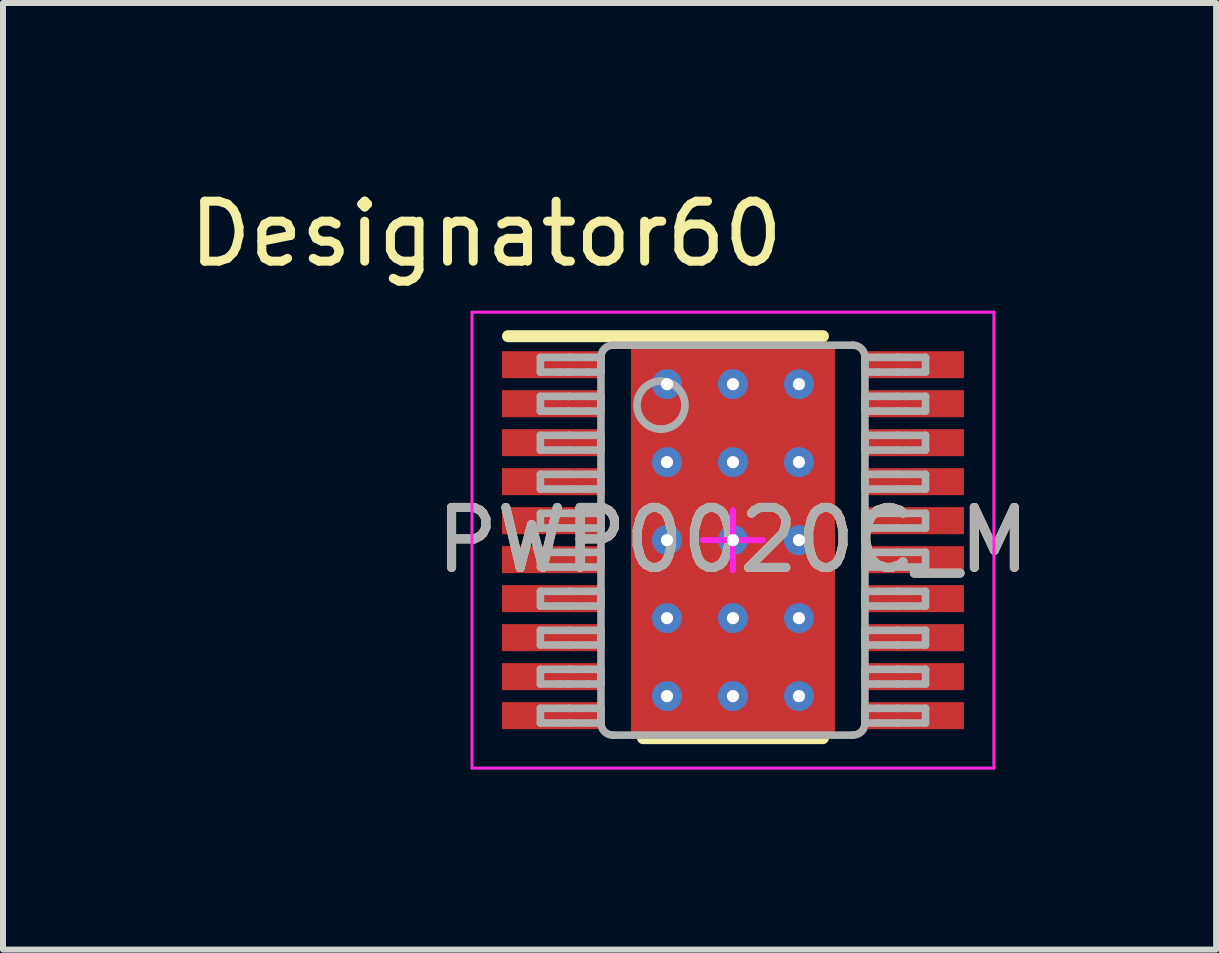
<source format=kicad_pcb>
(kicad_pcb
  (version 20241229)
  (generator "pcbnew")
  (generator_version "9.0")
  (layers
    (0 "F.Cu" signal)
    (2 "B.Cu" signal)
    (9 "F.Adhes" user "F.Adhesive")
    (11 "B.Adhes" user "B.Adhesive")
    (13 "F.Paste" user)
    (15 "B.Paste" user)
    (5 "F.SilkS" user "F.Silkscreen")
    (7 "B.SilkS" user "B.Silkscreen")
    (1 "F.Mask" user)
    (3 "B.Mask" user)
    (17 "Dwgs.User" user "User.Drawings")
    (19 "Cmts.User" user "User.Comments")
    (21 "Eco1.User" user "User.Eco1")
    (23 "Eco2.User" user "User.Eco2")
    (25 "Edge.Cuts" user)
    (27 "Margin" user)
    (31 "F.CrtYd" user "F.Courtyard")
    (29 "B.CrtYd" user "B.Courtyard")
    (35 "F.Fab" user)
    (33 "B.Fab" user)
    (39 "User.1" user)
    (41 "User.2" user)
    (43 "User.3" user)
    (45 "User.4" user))
  (footprint "PWP0020C_M"
    (layer "F.Cu")
    (at 9.168 5.954)
    (property "Reference" "PWP0020C_M" (at 0 0 0) (unlocked yes) (layer "F.SilkS") (effects (font (size 1 1) (thickness 0.15))))
    (attr smd)
    (fp_poly (pts (xy -1.2 1.642) (xy -1.2 -1.642) (xy -1.199 -1.651) (xy -1.196 -1.66) (xy -1.192 -1.669) (xy -1.186 -1.676) (xy -1.179 -1.682) (xy -1.17 -1.686) (xy -1.161 -1.689) (xy -1.152 -1.69) (xy 1.152 -1.69) (xy 1.161 -1.689) (xy 1.17 -1.686) (xy 1.179 -1.682) (xy 1.186 -1.676) (xy 1.192 -1.669) (xy 1.196 -1.66) (xy 1.199 -1.651) (xy 1.2 -1.642) (xy 1.2 1.642) (xy 1.199 1.651) (xy 1.196 1.66) (xy 1.192 1.669) (xy 1.186 1.676) (xy 1.179 1.682) (xy 1.17 1.686) (xy 1.161 1.689) (xy 1.152 1.69) (xy -1.152 1.69) (xy -1.161 1.689) (xy -1.17 1.686) (xy -1.179 1.682) (xy -1.186 1.676) (xy -1.192 1.669) (xy -1.196 1.66) (xy -1.199 1.651)) (stroke (width 0) (type solid)) (fill yes) (layer "F.Mask"))
    (fp_line (start -3.75 -3.4) (end 1.5 -3.4) (stroke (width 0.2) (type solid)) (layer "F.SilkS"))
    (fp_line (start -1.5 3.3) (end 1.5 3.3) (stroke (width 0.2) (type solid)) (layer "F.SilkS"))
    (fp_poly (pts (xy -1.2 1.642) (xy -1.2 -1.642) (xy -1.199 -1.651) (xy -1.196 -1.66) (xy -1.192 -1.669) (xy -1.186 -1.676) (xy -1.179 -1.682) (xy -1.17 -1.686) (xy -1.161 -1.689) (xy -1.152 -1.69) (xy 1.152 -1.69) (xy 1.161 -1.689) (xy 1.17 -1.686) (xy 1.179 -1.682) (xy 1.186 -1.676) (xy 1.192 -1.669) (xy 1.196 -1.66) (xy 1.199 -1.651) (xy 1.2 -1.642) (xy 1.2 1.642) (xy 1.199 1.651) (xy 1.196 1.66) (xy 1.192 1.669) (xy 1.186 1.676) (xy 1.179 1.682) (xy 1.17 1.686) (xy 1.161 1.689) (xy 1.152 1.69) (xy -1.152 1.69) (xy -1.161 1.689) (xy -1.17 1.686) (xy -1.179 1.682) (xy -1.186 1.676) (xy -1.192 1.669) (xy -1.196 1.66) (xy -1.199 1.651)) (stroke (width 0) (type solid)) (fill yes) (layer "F.Paste"))
    (fp_line (start -4.35 -3.8) (end 4.35 -3.8) (stroke (width 0.05) (type solid)) (layer "F.CrtYd"))
    (fp_line (start -4.35 3.8) (end -4.35 -3.8) (stroke (width 0.05) (type solid)) (layer "F.CrtYd"))
    (fp_line (start -4.35 3.8) (end 4.35 3.8) (stroke (width 0.05) (type solid)) (layer "F.CrtYd"))
    (fp_line (start -0.5 -0.000003) (end 0.5 -0.000003) (stroke (width 0.1) (type solid)) (layer "F.CrtYd"))
    (fp_line (start -0.000003 0.5) (end -0.000003 -0.5) (stroke (width 0.1) (type solid)) (layer "F.CrtYd"))
    (fp_line (start 4.35 3.8) (end 4.35 -3.8) (stroke (width 0.05) (type solid)) (layer "F.CrtYd"))
    (fp_line (start -3.21 -3.047) (end -2.887 -3.047) (stroke (width 0.127) (type solid)) (layer "F.Fab"))
    (fp_line (start -3.21 -2.802) (end -3.21 -3.047) (stroke (width 0.127) (type solid)) (layer "F.Fab"))
    (fp_line (start -3.21 -2.802) (end -2.887 -2.802) (stroke (width 0.127) (type solid)) (layer "F.Fab"))
    (fp_line (start -3.21 -2.397) (end -2.887 -2.397) (stroke (width 0.127) (type solid)) (layer "F.Fab"))
    (fp_line (start -3.21 -2.152) (end -3.21 -2.397) (stroke (width 0.127) (type solid)) (layer "F.Fab"))
    (fp_line (start -3.21 -2.152) (end -2.887 -2.152) (stroke (width 0.127) (type solid)) (layer "F.Fab"))
    (fp_line (start -3.21 -1.747) (end -2.887 -1.747) (stroke (width 0.127) (type solid)) (layer "F.Fab"))
    (fp_line (start -3.21 -1.502) (end -3.21 -1.747) (stroke (width 0.127) (type solid)) (layer "F.Fab"))
    (fp_line (start -3.21 -1.502) (end -2.887 -1.502) (stroke (width 0.127) (type solid)) (layer "F.Fab"))
    (fp_line (start -3.21 -1.097) (end -2.887 -1.097) (stroke (width 0.127) (type solid)) (layer "F.Fab"))
    (fp_line (start -3.21 -0.852) (end -3.21 -1.097) (stroke (width 0.127) (type solid)) (layer "F.Fab"))
    (fp_line (start -3.21 -0.852) (end -2.887 -0.852) (stroke (width 0.127) (type solid)) (layer "F.Fab"))
    (fp_line (start -3.21 -0.447) (end -2.887 -0.447) (stroke (width 0.127) (type solid)) (layer "F.Fab"))
    (fp_line (start -3.21 -0.202) (end -3.21 -0.447) (stroke (width 0.127) (type solid)) (layer "F.Fab"))
    (fp_line (start -3.21 -0.202) (end -2.887 -0.202) (stroke (width 0.127) (type solid)) (layer "F.Fab"))
    (fp_line (start -3.21 0.203) (end -2.887 0.203) (stroke (width 0.127) (type solid)) (layer "F.Fab"))
    (fp_line (start -3.21 0.448) (end -3.21 0.203) (stroke (width 0.127) (type solid)) (layer "F.Fab"))
    (fp_line (start -3.21 0.448) (end -2.887 0.448) (stroke (width 0.127) (type solid)) (layer "F.Fab"))
    (fp_line (start -3.21 0.853) (end -2.887 0.853) (stroke (width 0.127) (type solid)) (layer "F.Fab"))
    (fp_line (start -3.21 1.098) (end -3.21 0.853) (stroke (width 0.127) (type solid)) (layer "F.Fab"))
    (fp_line (start -3.21 1.098) (end -2.887 1.098) (stroke (width 0.127) (type solid)) (layer "F.Fab"))
    (fp_line (start -3.21 1.503) (end -2.887 1.503) (stroke (width 0.127) (type solid)) (layer "F.Fab"))
    (fp_line (start -3.21 1.748) (end -3.21 1.503) (stroke (width 0.127) (type solid)) (layer "F.Fab"))
    (fp_line (start -3.21 1.748) (end -2.887 1.748) (stroke (width 0.127) (type solid)) (layer "F.Fab"))
    (fp_line (start -3.21 2.153) (end -2.887 2.153) (stroke (width 0.127) (type solid)) (layer "F.Fab"))
    (fp_line (start -3.21 2.398) (end -3.21 2.153) (stroke (width 0.127) (type solid)) (layer "F.Fab"))
    (fp_line (start -3.21 2.398) (end -2.887 2.398) (stroke (width 0.127) (type solid)) (layer "F.Fab"))
    (fp_line (start -3.21 2.803) (end -2.887 2.803) (stroke (width 0.127) (type solid)) (layer "F.Fab"))
    (fp_line (start -3.21 3.048) (end -3.21 2.803) (stroke (width 0.127) (type solid)) (layer "F.Fab"))
    (fp_line (start -3.21 3.048) (end -2.887 3.048) (stroke (width 0.127) (type solid)) (layer "F.Fab"))
    (fp_line (start -2.887 -3.047) (end -2.739 -3.047) (stroke (width 0.127) (type solid)) (layer "F.Fab"))
    (fp_line (start -2.887 -2.802) (end -2.739 -2.802) (stroke (width 0.127) (type solid)) (layer "F.Fab"))
    (fp_line (start -2.887 -2.397) (end -2.739 -2.397) (stroke (width 0.127) (type solid)) (layer "F.Fab"))
    (fp_line (start -2.887 -2.152) (end -2.739 -2.152) (stroke (width 0.127) (type solid)) (layer "F.Fab"))
    (fp_line (start -2.887 -1.747) (end -2.739 -1.747) (stroke (width 0.127) (type solid)) (layer "F.Fab"))
    (fp_line (start -2.887 -1.502) (end -2.739 -1.502) (stroke (width 0.127) (type solid)) (layer "F.Fab"))
    (fp_line (start -2.887 -1.097) (end -2.739 -1.097) (stroke (width 0.127) (type solid)) (layer "F.Fab"))
    (fp_line (start -2.887 -0.852) (end -2.739 -0.852) (stroke (width 0.127) (type solid)) (layer "F.Fab"))
    (fp_line (start -2.887 -0.447) (end -2.739 -0.447) (stroke (width 0.127) (type solid)) (layer "F.Fab"))
    (fp_line (start -2.887 -0.202) (end -2.739 -0.202) (stroke (width 0.127) (type solid)) (layer "F.Fab"))
    (fp_line (start -2.887 0.203) (end -2.739 0.203) (stroke (width 0.127) (type solid)) (layer "F.Fab"))
    (fp_line (start -2.887 0.448) (end -2.739 0.448) (stroke (width 0.127) (type solid)) (layer "F.Fab"))
    (fp_line (start -2.887 0.853) (end -2.739 0.853) (stroke (width 0.127) (type solid)) (layer "F.Fab"))
    (fp_line (start -2.887 1.098) (end -2.739 1.098) (stroke (width 0.127) (type solid)) (layer "F.Fab"))
    (fp_line (start -2.887 1.503) (end -2.739 1.503) (stroke (width 0.127) (type solid)) (layer "F.Fab"))
    (fp_line (start -2.887 1.748) (end -2.739 1.748) (stroke (width 0.127) (type solid)) (layer "F.Fab"))
    (fp_line (start -2.887 2.153) (end -2.739 2.153) (stroke (width 0.127) (type solid)) (layer "F.Fab"))
    (fp_line (start -2.887 2.398) (end -2.739 2.398) (stroke (width 0.127) (type solid)) (layer "F.Fab"))
    (fp_line (start -2.887 2.803) (end -2.739 2.803) (stroke (width 0.127) (type solid)) (layer "F.Fab"))
    (fp_line (start -2.887 3.048) (end -2.739 3.048) (stroke (width 0.127) (type solid)) (layer "F.Fab"))
    (fp_line (start -2.739 -3.047) (end -2.733 -3.047) (stroke (width 0.127) (type solid)) (layer "F.Fab"))
    (fp_line (start -2.739 -2.802) (end -2.733 -2.802) (stroke (width 0.127) (type solid)) (layer "F.Fab"))
    (fp_line (start -2.739 -2.397) (end -2.733 -2.397) (stroke (width 0.127) (type solid)) (layer "F.Fab"))
    (fp_line (start -2.739 -2.152) (end -2.733 -2.152) (stroke (width 0.127) (type solid)) (layer "F.Fab"))
    (fp_line (start -2.739 -1.747) (end -2.733 -1.747) (stroke (width 0.127) (type solid)) (layer "F.Fab"))
    (fp_line (start -2.739 -1.502) (end -2.733 -1.502) (stroke (width 0.127) (type solid)) (layer "F.Fab"))
    (fp_line (start -2.739 -1.097) (end -2.733 -1.097) (stroke (width 0.127) (type solid)) (layer "F.Fab"))
    (fp_line (start -2.739 -0.852) (end -2.733 -0.852) (stroke (width 0.127) (type solid)) (layer "F.Fab"))
    (fp_line (start -2.739 -0.447) (end -2.733 -0.447) (stroke (width 0.127) (type solid)) (layer "F.Fab"))
    (fp_line (start -2.739 -0.202) (end -2.733 -0.202) (stroke (width 0.127) (type solid)) (layer "F.Fab"))
    (fp_line (start -2.739 0.203) (end -2.733 0.203) (stroke (width 0.127) (type solid)) (layer "F.Fab"))
    (fp_line (start -2.739 0.448) (end -2.733 0.448) (stroke (width 0.127) (type solid)) (layer "F.Fab"))
    (fp_line (start -2.739 0.853) (end -2.733 0.853) (stroke (width 0.127) (type solid)) (layer "F.Fab"))
    (fp_line (start -2.739 1.098) (end -2.733 1.098) (stroke (width 0.127) (type solid)) (layer "F.Fab"))
    (fp_line (start -2.739 1.503) (end -2.733 1.503) (stroke (width 0.127) (type solid)) (layer "F.Fab"))
    (fp_line (start -2.739 1.748) (end -2.733 1.748) (stroke (width 0.127) (type solid)) (layer "F.Fab"))
    (fp_line (start -2.739 2.153) (end -2.733 2.153) (stroke (width 0.127) (type solid)) (layer "F.Fab"))
    (fp_line (start -2.739 2.398) (end -2.733 2.398) (stroke (width 0.127) (type solid)) (layer "F.Fab"))
    (fp_line (start -2.739 2.803) (end -2.733 2.803) (stroke (width 0.127) (type solid)) (layer "F.Fab"))
    (fp_line (start -2.739 3.048) (end -2.733 3.048) (stroke (width 0.127) (type solid)) (layer "F.Fab"))
    (fp_line (start -2.733 -3.047) (end -2.431 -3.047) (stroke (width 0.127) (type solid)) (layer "F.Fab"))
    (fp_line (start -2.733 -2.802) (end -2.431 -2.802) (stroke (width 0.127) (type solid)) (layer "F.Fab"))
    (fp_line (start -2.733 -2.397) (end -2.431 -2.397) (stroke (width 0.127) (type solid)) (layer "F.Fab"))
    (fp_line (start -2.733 -2.152) (end -2.431 -2.152) (stroke (width 0.127) (type solid)) (layer "F.Fab"))
    (fp_line (start -2.733 -1.747) (end -2.431 -1.747) (stroke (width 0.127) (type solid)) (layer "F.Fab"))
    (fp_line (start -2.733 -1.502) (end -2.431 -1.502) (stroke (width 0.127) (type solid)) (layer "F.Fab"))
    (fp_line (start -2.733 -1.097) (end -2.431 -1.097) (stroke (width 0.127) (type solid)) (layer "F.Fab"))
    (fp_line (start -2.733 -0.852) (end -2.431 -0.852) (stroke (width 0.127) (type solid)) (layer "F.Fab"))
    (fp_line (start -2.733 -0.447) (end -2.431 -0.447) (stroke (width 0.127) (type solid)) (layer "F.Fab"))
    (fp_line (start -2.733 -0.202) (end -2.431 -0.202) (stroke (width 0.127) (type solid)) (layer "F.Fab"))
    (fp_line (start -2.733 0.203) (end -2.431 0.203) (stroke (width 0.127) (type solid)) (layer "F.Fab"))
    (fp_line (start -2.733 0.448) (end -2.431 0.448) (stroke (width 0.127) (type solid)) (layer "F.Fab"))
    (fp_line (start -2.733 0.853) (end -2.431 0.853) (stroke (width 0.127) (type solid)) (layer "F.Fab"))
    (fp_line (start -2.733 1.098) (end -2.431 1.098) (stroke (width 0.127) (type solid)) (layer "F.Fab"))
    (fp_line (start -2.733 1.503) (end -2.431 1.503) (stroke (width 0.127) (type solid)) (layer "F.Fab"))
    (fp_line (start -2.733 1.748) (end -2.431 1.748) (stroke (width 0.127) (type solid)) (layer "F.Fab"))
    (fp_line (start -2.733 2.153) (end -2.431 2.153) (stroke (width 0.127) (type solid)) (layer "F.Fab"))
    (fp_line (start -2.733 2.398) (end -2.431 2.398) (stroke (width 0.127) (type solid)) (layer "F.Fab"))
    (fp_line (start -2.733 2.803) (end -2.431 2.803) (stroke (width 0.127) (type solid)) (layer "F.Fab"))
    (fp_line (start -2.733 3.048) (end -2.431 3.048) (stroke (width 0.127) (type solid)) (layer "F.Fab"))
    (fp_line (start -2.431 -3.047) (end -2.2 -3.047) (stroke (width 0.127) (type solid)) (layer "F.Fab"))
    (fp_line (start -2.431 -2.802) (end -2.2 -2.802) (stroke (width 0.127) (type solid)) (layer "F.Fab"))
    (fp_line (start -2.431 -2.397) (end -2.2 -2.397) (stroke (width 0.127) (type solid)) (layer "F.Fab"))
    (fp_line (start -2.431 -2.152) (end -2.2 -2.152) (stroke (width 0.127) (type solid)) (layer "F.Fab"))
    (fp_line (start -2.431 -1.747) (end -2.2 -1.747) (stroke (width 0.127) (type solid)) (layer "F.Fab"))
    (fp_line (start -2.431 -1.502) (end -2.2 -1.502) (stroke (width 0.127) (type solid)) (layer "F.Fab"))
    (fp_line (start -2.431 -1.097) (end -2.2 -1.097) (stroke (width 0.127) (type solid)) (layer "F.Fab"))
    (fp_line (start -2.431 -0.852) (end -2.2 -0.852) (stroke (width 0.127) (type solid)) (layer "F.Fab"))
    (fp_line (start -2.431 -0.447) (end -2.2 -0.447) (stroke (width 0.127) (type solid)) (layer "F.Fab"))
    (fp_line (start -2.431 -0.202) (end -2.2 -0.202) (stroke (width 0.127) (type solid)) (layer "F.Fab"))
    (fp_line (start -2.431 0.203) (end -2.2 0.203) (stroke (width 0.127) (type solid)) (layer "F.Fab"))
    (fp_line (start -2.431 0.448) (end -2.2 0.448) (stroke (width 0.127) (type solid)) (layer "F.Fab"))
    (fp_line (start -2.431 0.853) (end -2.2 0.853) (stroke (width 0.127) (type solid)) (layer "F.Fab"))
    (fp_line (start -2.431 1.098) (end -2.2 1.098) (stroke (width 0.127) (type solid)) (layer "F.Fab"))
    (fp_line (start -2.431 1.503) (end -2.2 1.503) (stroke (width 0.127) (type solid)) (layer "F.Fab"))
    (fp_line (start -2.431 1.748) (end -2.2 1.748) (stroke (width 0.127) (type solid)) (layer "F.Fab"))
    (fp_line (start -2.431 2.153) (end -2.2 2.153) (stroke (width 0.127) (type solid)) (layer "F.Fab"))
    (fp_line (start -2.431 2.398) (end -2.2 2.398) (stroke (width 0.127) (type solid)) (layer "F.Fab"))
    (fp_line (start -2.431 2.803) (end -2.2 2.803) (stroke (width 0.127) (type solid)) (layer "F.Fab"))
    (fp_line (start -2.431 3.048) (end -2.2 3.048) (stroke (width 0.127) (type solid)) (layer "F.Fab"))
    (fp_line (start -2.2 -2.802) (end -2.2 -3.047) (stroke (width 0.127) (type solid)) (layer "F.Fab"))
    (fp_line (start -2.2 -2.152) (end -2.2 -2.397) (stroke (width 0.127) (type solid)) (layer "F.Fab"))
    (fp_line (start -2.2 -1.502) (end -2.2 -1.747) (stroke (width 0.127) (type solid)) (layer "F.Fab"))
    (fp_line (start -2.2 -0.852) (end -2.2 -1.097) (stroke (width 0.127) (type solid)) (layer "F.Fab"))
    (fp_line (start -2.2 -0.202) (end -2.2 -0.447) (stroke (width 0.127) (type solid)) (layer "F.Fab"))
    (fp_line (start -2.2 0.448) (end -2.2 0.203) (stroke (width 0.127) (type solid)) (layer "F.Fab"))
    (fp_line (start -2.2 1.098) (end -2.2 0.853) (stroke (width 0.127) (type solid)) (layer "F.Fab"))
    (fp_line (start -2.2 1.748) (end -2.2 1.503) (stroke (width 0.127) (type solid)) (layer "F.Fab"))
    (fp_line (start -2.2 2.398) (end -2.2 2.153) (stroke (width 0.127) (type solid)) (layer "F.Fab"))
    (fp_line (start -2.2 3.048) (end -2.2 2.803) (stroke (width 0.127) (type solid)) (layer "F.Fab"))
    (fp_line (start -2.2 3.05) (end -2.2 -3.05) (stroke (width 0.127) (type solid)) (layer "F.Fab"))
    (fp_line (start -2 -3.25) (end 2 -3.25) (stroke (width 0.127) (type solid)) (layer "F.Fab"))
    (fp_line (start -2 3.25) (end 2 3.25) (stroke (width 0.127) (type solid)) (layer "F.Fab"))
    (fp_line (start 2.2 -3.047) (end 2.43 -3.047) (stroke (width 0.127) (type solid)) (layer "F.Fab"))
    (fp_line (start 2.2 -2.802) (end 2.2 -3.047) (stroke (width 0.127) (type solid)) (layer "F.Fab"))
    (fp_line (start 2.2 -2.802) (end 2.43 -2.802) (stroke (width 0.127) (type solid)) (layer "F.Fab"))
    (fp_line (start 2.2 -2.397) (end 2.43 -2.397) (stroke (width 0.127) (type solid)) (layer "F.Fab"))
    (fp_line (start 2.2 -2.152) (end 2.2 -2.397) (stroke (width 0.127) (type solid)) (layer "F.Fab"))
    (fp_line (start 2.2 -2.152) (end 2.43 -2.152) (stroke (width 0.127) (type solid)) (layer "F.Fab"))
    (fp_line (start 2.2 -1.747) (end 2.43 -1.747) (stroke (width 0.127) (type solid)) (layer "F.Fab"))
    (fp_line (start 2.2 -1.502) (end 2.2 -1.747) (stroke (width 0.127) (type solid)) (layer "F.Fab"))
    (fp_line (start 2.2 -1.502) (end 2.43 -1.502) (stroke (width 0.127) (type solid)) (layer "F.Fab"))
    (fp_line (start 2.2 -1.097) (end 2.43 -1.097) (stroke (width 0.127) (type solid)) (layer "F.Fab"))
    (fp_line (start 2.2 -0.852) (end 2.2 -1.097) (stroke (width 0.127) (type solid)) (layer "F.Fab"))
    (fp_line (start 2.2 -0.852) (end 2.43 -0.852) (stroke (width 0.127) (type solid)) (layer "F.Fab"))
    (fp_line (start 2.2 -0.447) (end 2.43 -0.447) (stroke (width 0.127) (type solid)) (layer "F.Fab"))
    (fp_line (start 2.2 -0.202) (end 2.2 -0.447) (stroke (width 0.127) (type solid)) (layer "F.Fab"))
    (fp_line (start 2.2 -0.202) (end 2.43 -0.202) (stroke (width 0.127) (type solid)) (layer "F.Fab"))
    (fp_line (start 2.2 0.203) (end 2.43 0.203) (stroke (width 0.127) (type solid)) (layer "F.Fab"))
    (fp_line (start 2.2 0.448) (end 2.2 0.203) (stroke (width 0.127) (type solid)) (layer "F.Fab"))
    (fp_line (start 2.2 0.448) (end 2.43 0.448) (stroke (width 0.127) (type solid)) (layer "F.Fab"))
    (fp_line (start 2.2 0.853) (end 2.43 0.853) (stroke (width 0.127) (type solid)) (layer "F.Fab"))
    (fp_line (start 2.2 1.098) (end 2.2 0.853) (stroke (width 0.127) (type solid)) (layer "F.Fab"))
    (fp_line (start 2.2 1.098) (end 2.43 1.098) (stroke (width 0.127) (type solid)) (layer "F.Fab"))
    (fp_line (start 2.2 1.503) (end 2.43 1.503) (stroke (width 0.127) (type solid)) (layer "F.Fab"))
    (fp_line (start 2.2 1.748) (end 2.2 1.503) (stroke (width 0.127) (type solid)) (layer "F.Fab"))
    (fp_line (start 2.2 1.748) (end 2.43 1.748) (stroke (width 0.127) (type solid)) (layer "F.Fab"))
    (fp_line (start 2.2 2.153) (end 2.43 2.153) (stroke (width 0.127) (type solid)) (layer "F.Fab"))
    (fp_line (start 2.2 2.398) (end 2.2 2.153) (stroke (width 0.127) (type solid)) (layer "F.Fab"))
    (fp_line (start 2.2 2.398) (end 2.43 2.398) (stroke (width 0.127) (type solid)) (layer "F.Fab"))
    (fp_line (start 2.2 2.803) (end 2.43 2.803) (stroke (width 0.127) (type solid)) (layer "F.Fab"))
    (fp_line (start 2.2 3.048) (end 2.2 2.803) (stroke (width 0.127) (type solid)) (layer "F.Fab"))
    (fp_line (start 2.2 3.048) (end 2.43 3.048) (stroke (width 0.127) (type solid)) (layer "F.Fab"))
    (fp_line (start 2.2 3.05) (end 2.2 -3.05) (stroke (width 0.127) (type solid)) (layer "F.Fab"))
    (fp_line (start 2.43 -3.047) (end 2.733 -3.047) (stroke (width 0.127) (type solid)) (layer "F.Fab"))
    (fp_line (start 2.43 -2.802) (end 2.733 -2.802) (stroke (width 0.127) (type solid)) (layer "F.Fab"))
    (fp_line (start 2.43 -2.397) (end 2.733 -2.397) (stroke (width 0.127) (type solid)) (layer "F.Fab"))
    (fp_line (start 2.43 -2.152) (end 2.733 -2.152) (stroke (width 0.127) (type solid)) (layer "F.Fab"))
    (fp_line (start 2.43 -1.747) (end 2.733 -1.747) (stroke (width 0.127) (type solid)) (layer "F.Fab"))
    (fp_line (start 2.43 -1.502) (end 2.733 -1.502) (stroke (width 0.127) (type solid)) (layer "F.Fab"))
    (fp_line (start 2.43 -1.097) (end 2.733 -1.097) (stroke (width 0.127) (type solid)) (layer "F.Fab"))
    (fp_line (start 2.43 -0.852) (end 2.733 -0.852) (stroke (width 0.127) (type solid)) (layer "F.Fab"))
    (fp_line (start 2.43 -0.447) (end 2.733 -0.447) (stroke (width 0.127) (type solid)) (layer "F.Fab"))
    (fp_line (start 2.43 -0.202) (end 2.733 -0.202) (stroke (width 0.127) (type solid)) (layer "F.Fab"))
    (fp_line (start 2.43 0.203) (end 2.733 0.203) (stroke (width 0.127) (type solid)) (layer "F.Fab"))
    (fp_line (start 2.43 0.448) (end 2.733 0.448) (stroke (width 0.127) (type solid)) (layer "F.Fab"))
    (fp_line (start 2.43 0.853) (end 2.733 0.853) (stroke (width 0.127) (type solid)) (layer "F.Fab"))
    (fp_line (start 2.43 1.098) (end 2.733 1.098) (stroke (width 0.127) (type solid)) (layer "F.Fab"))
    (fp_line (start 2.43 1.503) (end 2.733 1.503) (stroke (width 0.127) (type solid)) (layer "F.Fab"))
    (fp_line (start 2.43 1.748) (end 2.733 1.748) (stroke (width 0.127) (type solid)) (layer "F.Fab"))
    (fp_line (start 2.43 2.153) (end 2.733 2.153) (stroke (width 0.127) (type solid)) (layer "F.Fab"))
    (fp_line (start 2.43 2.398) (end 2.733 2.398) (stroke (width 0.127) (type solid)) (layer "F.Fab"))
    (fp_line (start 2.43 2.803) (end 2.733 2.803) (stroke (width 0.127) (type solid)) (layer "F.Fab"))
    (fp_line (start 2.43 3.048) (end 2.733 3.048) (stroke (width 0.127) (type solid)) (layer "F.Fab"))
    (fp_line (start 2.733 -3.047) (end 2.739 -3.047) (stroke (width 0.127) (type solid)) (layer "F.Fab"))
    (fp_line (start 2.733 -2.802) (end 2.739 -2.802) (stroke (width 0.127) (type solid)) (layer "F.Fab"))
    (fp_line (start 2.733 -2.397) (end 2.739 -2.397) (stroke (width 0.127) (type solid)) (layer "F.Fab"))
    (fp_line (start 2.733 -2.152) (end 2.739 -2.152) (stroke (width 0.127) (type solid)) (layer "F.Fab"))
    (fp_line (start 2.733 -1.747) (end 2.739 -1.747) (stroke (width 0.127) (type solid)) (layer "F.Fab"))
    (fp_line (start 2.733 -1.502) (end 2.739 -1.502) (stroke (width 0.127) (type solid)) (layer "F.Fab"))
    (fp_line (start 2.733 -1.097) (end 2.739 -1.097) (stroke (width 0.127) (type solid)) (layer "F.Fab"))
    (fp_line (start 2.733 -0.852) (end 2.739 -0.852) (stroke (width 0.127) (type solid)) (layer "F.Fab"))
    (fp_line (start 2.733 -0.447) (end 2.739 -0.447) (stroke (width 0.127) (type solid)) (layer "F.Fab"))
    (fp_line (start 2.733 -0.202) (end 2.739 -0.202) (stroke (width 0.127) (type solid)) (layer "F.Fab"))
    (fp_line (start 2.733 0.203) (end 2.739 0.203) (stroke (width 0.127) (type solid)) (layer "F.Fab"))
    (fp_line (start 2.733 0.448) (end 2.739 0.448) (stroke (width 0.127) (type solid)) (layer "F.Fab"))
    (fp_line (start 2.733 0.853) (end 2.739 0.853) (stroke (width 0.127) (type solid)) (layer "F.Fab"))
    (fp_line (start 2.733 1.098) (end 2.739 1.098) (stroke (width 0.127) (type solid)) (layer "F.Fab"))
    (fp_line (start 2.733 1.503) (end 2.739 1.503) (stroke (width 0.127) (type solid)) (layer "F.Fab"))
    (fp_line (start 2.733 1.748) (end 2.739 1.748) (stroke (width 0.127) (type solid)) (layer "F.Fab"))
    (fp_line (start 2.733 2.153) (end 2.739 2.153) (stroke (width 0.127) (type solid)) (layer "F.Fab"))
    (fp_line (start 2.733 2.398) (end 2.739 2.398) (stroke (width 0.127) (type solid)) (layer "F.Fab"))
    (fp_line (start 2.733 2.803) (end 2.739 2.803) (stroke (width 0.127) (type solid)) (layer "F.Fab"))
    (fp_line (start 2.733 3.048) (end 2.739 3.048) (stroke (width 0.127) (type solid)) (layer "F.Fab"))
    (fp_line (start 2.739 -3.047) (end 2.887 -3.047) (stroke (width 0.127) (type solid)) (layer "F.Fab"))
    (fp_line (start 2.739 -2.802) (end 2.887 -2.802) (stroke (width 0.127) (type solid)) (layer "F.Fab"))
    (fp_line (start 2.739 -2.397) (end 2.887 -2.397) (stroke (width 0.127) (type solid)) (layer "F.Fab"))
    (fp_line (start 2.739 -2.152) (end 2.887 -2.152) (stroke (width 0.127) (type solid)) (layer "F.Fab"))
    (fp_line (start 2.739 -1.747) (end 2.887 -1.747) (stroke (width 0.127) (type solid)) (layer "F.Fab"))
    (fp_line (start 2.739 -1.502) (end 2.887 -1.502) (stroke (width 0.127) (type solid)) (layer "F.Fab"))
    (fp_line (start 2.739 -1.097) (end 2.887 -1.097) (stroke (width 0.127) (type solid)) (layer "F.Fab"))
    (fp_line (start 2.739 -0.852) (end 2.887 -0.852) (stroke (width 0.127) (type solid)) (layer "F.Fab"))
    (fp_line (start 2.739 -0.447) (end 2.887 -0.447) (stroke (width 0.127) (type solid)) (layer "F.Fab"))
    (fp_line (start 2.739 -0.202) (end 2.887 -0.202) (stroke (width 0.127) (type solid)) (layer "F.Fab"))
    (fp_line (start 2.739 0.203) (end 2.887 0.203) (stroke (width 0.127) (type solid)) (layer "F.Fab"))
    (fp_line (start 2.739 0.448) (end 2.887 0.448) (stroke (width 0.127) (type solid)) (layer "F.Fab"))
    (fp_line (start 2.739 0.853) (end 2.887 0.853) (stroke (width 0.127) (type solid)) (layer "F.Fab"))
    (fp_line (start 2.739 1.098) (end 2.887 1.098) (stroke (width 0.127) (type solid)) (layer "F.Fab"))
    (fp_line (start 2.739 1.503) (end 2.887 1.503) (stroke (width 0.127) (type solid)) (layer "F.Fab"))
    (fp_line (start 2.739 1.748) (end 2.887 1.748) (stroke (width 0.127) (type solid)) (layer "F.Fab"))
    (fp_line (start 2.739 2.153) (end 2.887 2.153) (stroke (width 0.127) (type solid)) (layer "F.Fab"))
    (fp_line (start 2.739 2.398) (end 2.887 2.398) (stroke (width 0.127) (type solid)) (layer "F.Fab"))
    (fp_line (start 2.739 2.803) (end 2.887 2.803) (stroke (width 0.127) (type solid)) (layer "F.Fab"))
    (fp_line (start 2.739 3.048) (end 2.887 3.048) (stroke (width 0.127) (type solid)) (layer "F.Fab"))
    (fp_line (start 2.887 -3.047) (end 3.21 -3.047) (stroke (width 0.127) (type solid)) (layer "F.Fab"))
    (fp_line (start 2.887 -2.802) (end 3.21 -2.802) (stroke (width 0.127) (type solid)) (layer "F.Fab"))
    (fp_line (start 2.887 -2.397) (end 3.21 -2.397) (stroke (width 0.127) (type solid)) (layer "F.Fab"))
    (fp_line (start 2.887 -2.152) (end 3.21 -2.152) (stroke (width 0.127) (type solid)) (layer "F.Fab"))
    (fp_line (start 2.887 -1.747) (end 3.21 -1.747) (stroke (width 0.127) (type solid)) (layer "F.Fab"))
    (fp_line (start 2.887 -1.502) (end 3.21 -1.502) (stroke (width 0.127) (type solid)) (layer "F.Fab"))
    (fp_line (start 2.887 -1.097) (end 3.21 -1.097) (stroke (width 0.127) (type solid)) (layer "F.Fab"))
    (fp_line (start 2.887 -0.852) (end 3.21 -0.852) (stroke (width 0.127) (type solid)) (layer "F.Fab"))
    (fp_line (start 2.887 -0.447) (end 3.21 -0.447) (stroke (width 0.127) (type solid)) (layer "F.Fab"))
    (fp_line (start 2.887 -0.202) (end 3.21 -0.202) (stroke (width 0.127) (type solid)) (layer "F.Fab"))
    (fp_line (start 2.887 0.203) (end 3.21 0.203) (stroke (width 0.127) (type solid)) (layer "F.Fab"))
    (fp_line (start 2.887 0.448) (end 3.21 0.448) (stroke (width 0.127) (type solid)) (layer "F.Fab"))
    (fp_line (start 2.887 0.853) (end 3.21 0.853) (stroke (width 0.127) (type solid)) (layer "F.Fab"))
    (fp_line (start 2.887 1.098) (end 3.21 1.098) (stroke (width 0.127) (type solid)) (layer "F.Fab"))
    (fp_line (start 2.887 1.503) (end 3.21 1.503) (stroke (width 0.127) (type solid)) (layer "F.Fab"))
    (fp_line (start 2.887 1.748) (end 3.21 1.748) (stroke (width 0.127) (type solid)) (layer "F.Fab"))
    (fp_line (start 2.887 2.153) (end 3.21 2.153) (stroke (width 0.127) (type solid)) (layer "F.Fab"))
    (fp_line (start 2.887 2.398) (end 3.21 2.398) (stroke (width 0.127) (type solid)) (layer "F.Fab"))
    (fp_line (start 2.887 2.803) (end 3.21 2.803) (stroke (width 0.127) (type solid)) (layer "F.Fab"))
    (fp_line (start 2.887 3.048) (end 3.21 3.048) (stroke (width 0.127) (type solid)) (layer "F.Fab"))
    (fp_line (start 3.21 -2.802) (end 3.21 -3.047) (stroke (width 0.127) (type solid)) (layer "F.Fab"))
    (fp_line (start 3.21 -2.152) (end 3.21 -2.397) (stroke (width 0.127) (type solid)) (layer "F.Fab"))
    (fp_line (start 3.21 -1.502) (end 3.21 -1.747) (stroke (width 0.127) (type solid)) (layer "F.Fab"))
    (fp_line (start 3.21 -0.852) (end 3.21 -1.097) (stroke (width 0.127) (type solid)) (layer "F.Fab"))
    (fp_line (start 3.21 -0.202) (end 3.21 -0.447) (stroke (width 0.127) (type solid)) (layer "F.Fab"))
    (fp_line (start 3.21 0.448) (end 3.21 0.203) (stroke (width 0.127) (type solid)) (layer "F.Fab"))
    (fp_line (start 3.21 1.098) (end 3.21 0.853) (stroke (width 0.127) (type solid)) (layer "F.Fab"))
    (fp_line (start 3.21 1.748) (end 3.21 1.503) (stroke (width 0.127) (type solid)) (layer "F.Fab"))
    (fp_line (start 3.21 2.398) (end 3.21 2.153) (stroke (width 0.127) (type solid)) (layer "F.Fab"))
    (fp_line (start 3.21 3.048) (end 3.21 2.803) (stroke (width 0.127) (type solid)) (layer "F.Fab"))
    (fp_arc (start -2.200001 -3.049988) (mid -2.141422 -3.19141) (end -2.000001 -3.249988) (stroke (width 0.127) (type solid)) (layer "F.Fab"))
    (fp_arc (start -2.000001 3.249999) (mid -2.141422 3.19142) (end -2.200001 3.049999) (stroke (width 0.127) (type solid)) (layer "F.Fab"))
    (fp_arc (start -1.200003 -2.64999) (mid -0.800003 -2.24999) (end -1.200003 -1.849991) (stroke (width 0.127) (type solid)) (layer "F.Fab"))
    (fp_arc (start -1.200003 -1.849991) (mid -1.600002 -2.24999) (end -1.200003 -2.64999) (stroke (width 0.127) (type solid)) (layer "F.Fab"))
    (fp_arc (start 1.999991 -3.249988) (mid 2.141412 -3.19141) (end 2.199991 -3.049989) (stroke (width 0.127) (type solid)) (layer "F.Fab"))
    (fp_arc (start 2.199991 3.049999) (mid 2.141412 3.19142) (end 1.999991 3.249999) (stroke (width 0.127) (type solid)) (layer "F.Fab"))
    (fp_text user "Designator60" (at -4.115 -5.105 0) (unlocked yes) (layer "F.SilkS") (effects (font (size 1 1) (thickness 0.15))))
    (fp_text user "${REFERENCE}" (at 0 0 0) (unlocked yes) (layer "F.Fab") (effects (font (size 1 1) (thickness 0.15))))
    (pad "1" smd rect (at -3.05 -2.925 90) (size 0.45 1.6) (layers "F.Cu" "F.Mask" "F.Paste"))
    (pad "2" smd rect (at -3.05 -2.275 90) (size 0.45 1.6) (layers "F.Cu" "F.Mask" "F.Paste"))
    (pad "3" smd rect (at -3.05 -1.625 90) (size 0.45 1.6) (layers "F.Cu" "F.Mask" "F.Paste"))
    (pad "4" smd rect (at -3.05 -0.975 90) (size 0.45 1.6) (layers "F.Cu" "F.Mask" "F.Paste"))
    (pad "5" smd rect (at -3.05 -0.325 90) (size 0.45 1.6) (layers "F.Cu" "F.Mask" "F.Paste"))
    (pad "6" smd rect (at -3.05 0.325 90) (size 0.45 1.6) (layers "F.Cu" "F.Mask" "F.Paste"))
    (pad "7" smd rect (at -3.05 0.975 90) (size 0.45 1.6) (layers "F.Cu" "F.Mask" "F.Paste"))
    (pad "8" smd rect (at -3.05 1.625 90) (size 0.45 1.6) (layers "F.Cu" "F.Mask" "F.Paste"))
    (pad "9" smd rect (at -3.05 2.275 90) (size 0.45 1.6) (layers "F.Cu" "F.Mask" "F.Paste"))
    (pad "10" smd rect (at -3.05 2.925 90) (size 0.45 1.6) (layers "F.Cu" "F.Mask" "F.Paste"))
    (pad "11" smd rect (at 3.05 2.925 90) (size 0.45 1.6) (layers "F.Cu" "F.Mask" "F.Paste"))
    (pad "12" smd rect (at 3.05 2.275 90) (size 0.45 1.6) (layers "F.Cu" "F.Mask" "F.Paste"))
    (pad "13" smd rect (at 3.05 1.625 90) (size 0.45 1.6) (layers "F.Cu" "F.Mask" "F.Paste"))
    (pad "14" smd rect (at 3.05 0.975 90) (size 0.45 1.6) (layers "F.Cu" "F.Mask" "F.Paste"))
    (pad "15" smd rect (at 3.05 0.325 90) (size 0.45 1.6) (layers "F.Cu" "F.Mask" "F.Paste"))
    (pad "16" smd rect (at 3.05 -0.325 90) (size 0.45 1.6) (layers "F.Cu" "F.Mask" "F.Paste"))
    (pad "17" smd rect (at 3.05 -0.975 90) (size 0.45 1.6) (layers "F.Cu" "F.Mask" "F.Paste"))
    (pad "18" smd rect (at 3.05 -1.625 90) (size 0.45 1.6) (layers "F.Cu" "F.Mask" "F.Paste"))
    (pad "19" smd rect (at 3.05 -2.275 90) (size 0.45 1.6) (layers "F.Cu" "F.Mask" "F.Paste"))
    (pad "20" smd rect (at 3.05 -2.925 90) (size 0.45 1.6) (layers "F.Cu" "F.Mask" "F.Paste"))
    (pad "21" smd rect (at 0 -0.000003) (size 3.4 6.5) (layers "F.Cu" "F.Mask" "F.Paste"))
    (pad "V" thru_hole circle (at -1.1 -2.6) (size 0.5 0.5) (drill 0.203) (layers "*.Cu" "*.Mask"))
    (pad "V" thru_hole circle (at -1.1 -1.3) (size 0.5 0.5) (drill 0.203) (layers "*.Cu" "*.Mask"))
    (pad "V" thru_hole circle (at -1.1 -0.000003) (size 0.5 0.5) (drill 0.203) (layers "*.Cu" "*.Mask"))
    (pad "V" thru_hole circle (at -1.1 1.3) (size 0.5 0.5) (drill 0.203) (layers "*.Cu" "*.Mask"))
    (pad "V" thru_hole circle (at -1.1 2.6) (size 0.5 0.5) (drill 0.203) (layers "*.Cu" "*.Mask"))
    (pad "V" thru_hole circle (at 0 -2.6) (size 0.5 0.5) (drill 0.203) (layers "*.Cu" "*.Mask"))
    (pad "V" thru_hole circle (at 0 -1.3) (size 0.5 0.5) (drill 0.203) (layers "*.Cu" "*.Mask"))
    (pad "V" thru_hole circle (at 0 -0.000003) (size 0.5 0.5) (drill 0.203) (layers "*.Cu" "*.Mask"))
    (pad "V" thru_hole circle (at 0 1.3) (size 0.5 0.5) (drill 0.203) (layers "*.Cu" "*.Mask"))
    (pad "V" thru_hole circle (at 0 2.6) (size 0.5 0.5) (drill 0.203) (layers "*.Cu" "*.Mask"))
    (pad "V" thru_hole circle (at 1.1 -2.6) (size 0.5 0.5) (drill 0.203) (layers "*.Cu" "*.Mask"))
    (pad "V" thru_hole circle (at 1.1 -1.3) (size 0.5 0.5) (drill 0.203) (layers "*.Cu" "*.Mask"))
    (pad "V" thru_hole circle (at 1.1 -0.000003) (size 0.5 0.5) (drill 0.203) (layers "*.Cu" "*.Mask"))
    (pad "V" thru_hole circle (at 1.1 1.3) (size 0.5 0.5) (drill 0.203) (layers "*.Cu" "*.Mask"))
    (pad "V" thru_hole circle (at 1.1 2.6) (size 0.5 0.5) (drill 0.203) (layers "*.Cu" "*.Mask")))
  (gr_rect
    (start -3 -3)
    (end 17.222 12.779)
    (stroke (width 0.1) (type default))
    (fill no)
    (layer "Edge.Cuts")))
</source>
